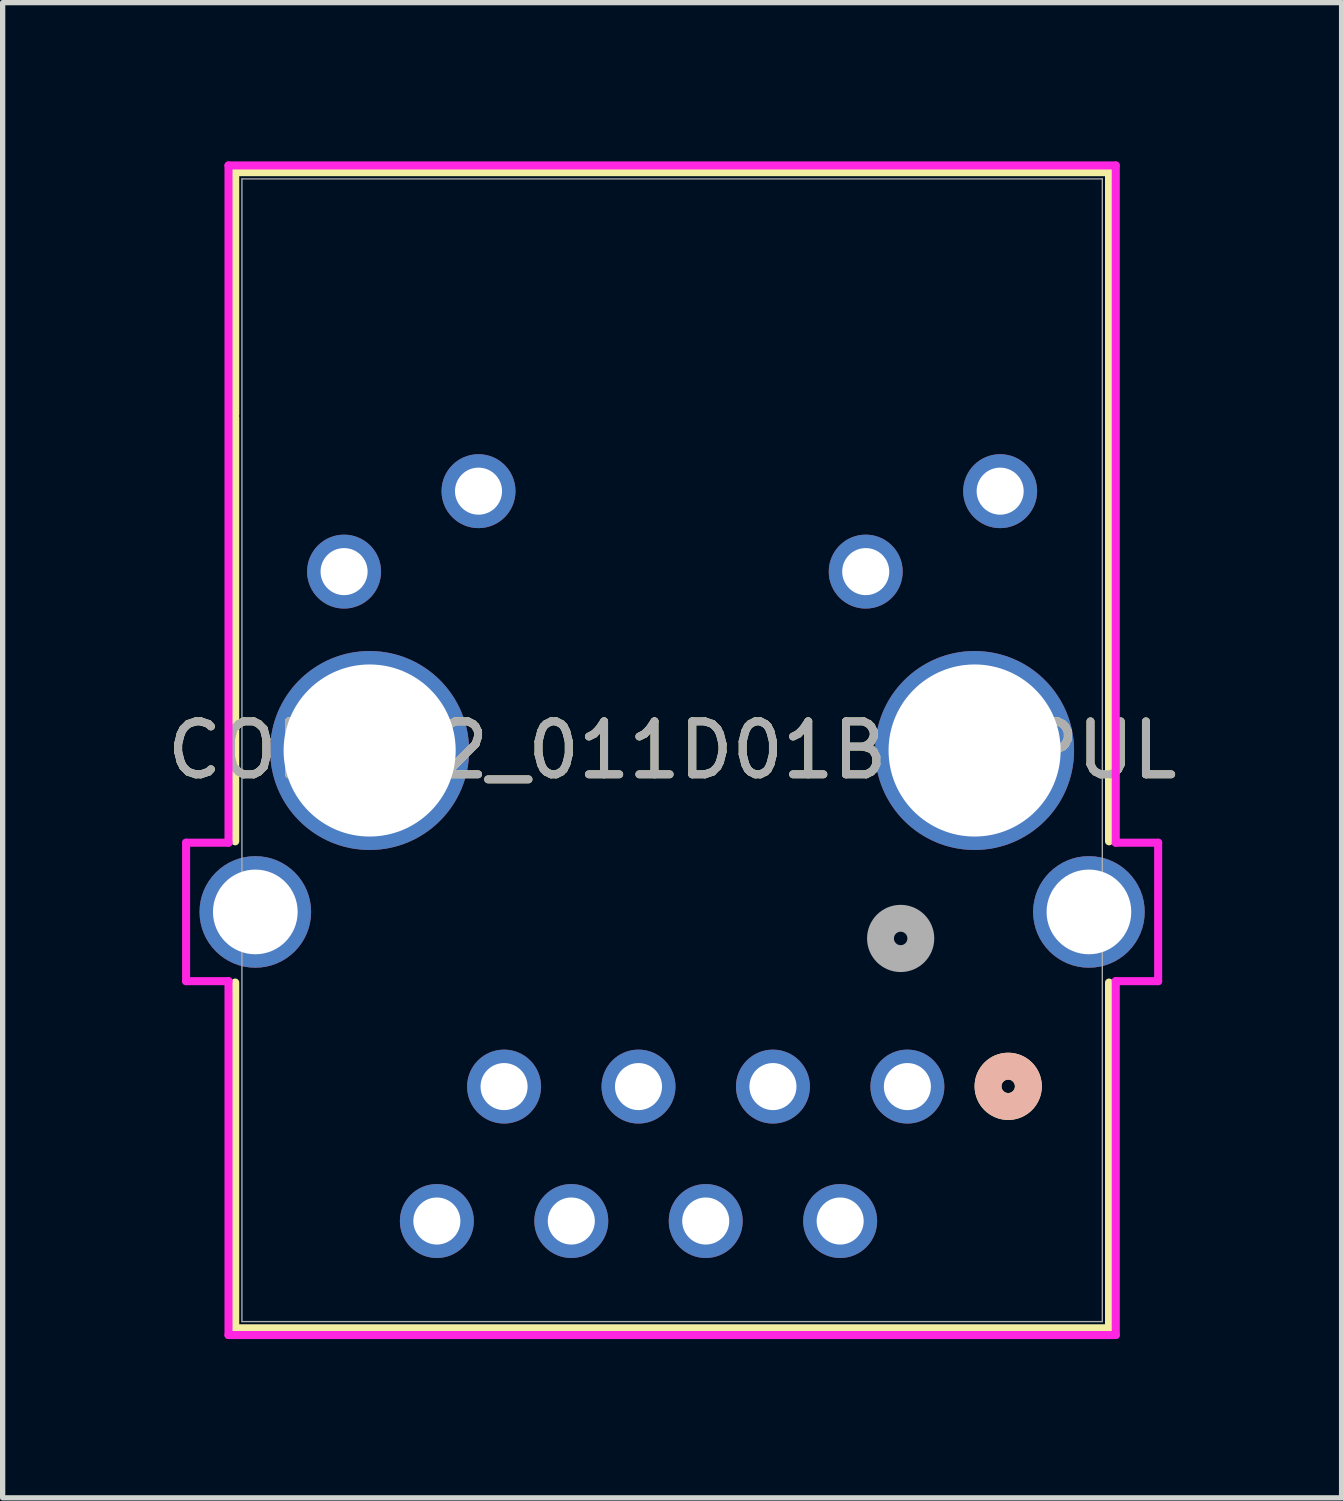
<source format=kicad_pcb>
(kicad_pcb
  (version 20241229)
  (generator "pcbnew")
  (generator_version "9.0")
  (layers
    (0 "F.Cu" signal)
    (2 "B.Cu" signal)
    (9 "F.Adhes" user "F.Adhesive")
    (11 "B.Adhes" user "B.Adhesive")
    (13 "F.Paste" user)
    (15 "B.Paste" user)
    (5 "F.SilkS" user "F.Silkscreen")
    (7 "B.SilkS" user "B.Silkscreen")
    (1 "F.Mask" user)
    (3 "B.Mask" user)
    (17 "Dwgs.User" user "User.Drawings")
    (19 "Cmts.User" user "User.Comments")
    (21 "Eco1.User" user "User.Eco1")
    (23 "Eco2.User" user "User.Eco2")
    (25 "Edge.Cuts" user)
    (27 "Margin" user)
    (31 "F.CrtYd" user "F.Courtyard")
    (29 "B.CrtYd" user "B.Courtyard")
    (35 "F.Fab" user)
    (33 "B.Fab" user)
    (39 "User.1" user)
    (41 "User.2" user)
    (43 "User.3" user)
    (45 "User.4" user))
  (footprint "CONN12_011D01BNL_PUL"
    (layer "F.Cu")
    (at 14.094 17.48)
    (property "Reference" "CONN12_011D01BNL_PUL" (at -4.445 -6.355 0) (unlocked yes) (layer "F.SilkS") (effects (font (size 1 1) (thickness 0.15))))
    (attr through_hole)
    (fp_line (start -12.7 -17.277) (end -12.7 -12.7) (stroke (width 0.152) (type solid)) (layer "F.SilkS"))
    (fp_line (start -12.7 -12.641) (end -12.7 -4.634) (stroke (width 0.152) (type solid)) (layer "F.SilkS"))
    (fp_line (start -12.7 -1.966) (end -12.7 4.567) (stroke (width 0.152) (type solid)) (layer "F.SilkS"))
    (fp_line (start -12.7 4.567) (end 3.81 4.567) (stroke (width 0.152) (type solid)) (layer "F.SilkS"))
    (fp_line (start 3.81 -17.277) (end -12.7 -17.277) (stroke (width 0.152) (type solid)) (layer "F.SilkS"))
    (fp_line (start 3.81 -12.641) (end 3.81 -17.277) (stroke (width 0.152) (type solid)) (layer "F.SilkS"))
    (fp_line (start 3.81 -4.634) (end 3.81 -12.641) (stroke (width 0.152) (type solid)) (layer "F.SilkS"))
    (fp_line (start 3.81 4.567) (end 3.81 -1.966) (stroke (width 0.152) (type solid)) (layer "F.SilkS"))
    (fp_circle (center 1.905 -0.005) (end 2.286 -0.005) (stroke (width 0.508) (type solid)) (fill no) (layer "F.SilkS"))
    (fp_circle (center 1.905 -0.005) (end 2.286 -0.005) (stroke (width 0.508) (type solid)) (fill no) (layer "B.SilkS"))
    (fp_line (start -13.628 -4.608) (end -13.628 -1.992) (stroke (width 0.152) (type solid)) (layer "F.CrtYd"))
    (fp_line (start -13.628 -1.992) (end -12.827 -1.992) (stroke (width 0.152) (type solid)) (layer "F.CrtYd"))
    (fp_line (start -12.827 -17.404) (end -12.827 -4.608) (stroke (width 0.152) (type solid)) (layer "F.CrtYd"))
    (fp_line (start -12.827 -4.608) (end -13.628 -4.608) (stroke (width 0.152) (type solid)) (layer "F.CrtYd"))
    (fp_line (start -12.827 -1.992) (end -12.827 4.694) (stroke (width 0.152) (type solid)) (layer "F.CrtYd"))
    (fp_line (start -12.827 4.694) (end 3.937 4.694) (stroke (width 0.152) (type solid)) (layer "F.CrtYd"))
    (fp_line (start 3.937 -17.404) (end -12.827 -17.404) (stroke (width 0.152) (type solid)) (layer "F.CrtYd"))
    (fp_line (start 3.937 -4.608) (end 3.937 -17.404) (stroke (width 0.152) (type solid)) (layer "F.CrtYd"))
    (fp_line (start 3.937 -1.992) (end 4.738 -1.992) (stroke (width 0.152) (type solid)) (layer "F.CrtYd"))
    (fp_line (start 3.937 4.694) (end 3.937 -1.992) (stroke (width 0.152) (type solid)) (layer "F.CrtYd"))
    (fp_line (start 4.738 -4.608) (end 3.937 -4.608) (stroke (width 0.152) (type solid)) (layer "F.CrtYd"))
    (fp_line (start 4.738 -1.992) (end 4.738 -4.608) (stroke (width 0.152) (type solid)) (layer "F.CrtYd"))
    (fp_line (start -12.573 -17.15) (end -12.573 4.44) (stroke (width 0.025) (type solid)) (layer "F.Fab"))
    (fp_line (start -12.573 4.44) (end 3.683 4.44) (stroke (width 0.025) (type solid)) (layer "F.Fab"))
    (fp_line (start 3.683 -17.15) (end -12.573 -17.15) (stroke (width 0.025) (type solid)) (layer "F.Fab"))
    (fp_line (start 3.683 4.44) (end 3.683 -17.15) (stroke (width 0.025) (type solid)) (layer "F.Fab"))
    (fp_circle (center -0.127 -2.799) (end 0.254 -2.799) (stroke (width 0.508) (type solid)) (fill no) (layer "F.Fab"))
    (fp_text user "${REFERENCE}" (at -4.445 -6.355 0) (unlocked yes) (layer "F.Fab") (effects (font (size 1 1) (thickness 0.15))))
    (pad "1" thru_hole circle (at 0 0) (size 1.397 1.397) (drill 0.889) (layers "*.Cu" "*.Mask"))
    (pad "2" thru_hole circle (at -1.27 2.54) (size 1.397 1.397) (drill 0.889) (layers "*.Cu" "*.Mask"))
    (pad "3" thru_hole circle (at -2.54 0) (size 1.397 1.397) (drill 0.889) (layers "*.Cu" "*.Mask"))
    (pad "4" thru_hole circle (at -3.81 2.54) (size 1.397 1.397) (drill 0.889) (layers "*.Cu" "*.Mask"))
    (pad "5" thru_hole circle (at -5.08 0) (size 1.397 1.397) (drill 0.889) (layers "*.Cu" "*.Mask"))
    (pad "6" thru_hole circle (at -6.35 2.54) (size 1.397 1.397) (drill 0.889) (layers "*.Cu" "*.Mask"))
    (pad "7" thru_hole circle (at -7.62 0) (size 1.397 1.397) (drill 0.889) (layers "*.Cu" "*.Mask"))
    (pad "8" thru_hole circle (at -8.89 2.54) (size 1.397 1.397) (drill 0.889) (layers "*.Cu" "*.Mask"))
    (pad "9" thru_hole circle (at 1.753 -11.25) (size 1.397 1.397) (drill 0.889) (layers "*.Cu" "*.Mask"))
    (pad "10" thru_hole circle (at -0.787 -9.73) (size 1.397 1.397) (drill 0.889) (layers "*.Cu" "*.Mask"))
    (pad "11" thru_hole circle (at -8.103 -11.25) (size 1.397 1.397) (drill 0.889) (layers "*.Cu" "*.Mask"))
    (pad "12" thru_hole circle (at -10.643 -9.73) (size 1.397 1.397) (drill 0.889) (layers "*.Cu" "*.Mask"))
    (pad "13" thru_hole circle (at -10.16 -6.35 90) (size 3.759 3.759) (drill 3.251) (layers "*.Cu" "*.Mask"))
    (pad "14" thru_hole circle (at 1.27 -6.35 90) (size 3.759 3.759) (drill 3.251) (layers "*.Cu" "*.Mask"))
    (pad "15" thru_hole circle (at -12.32 -3.3 90) (size 2.108 2.108) (drill 1.6) (layers "*.Cu" "*.Mask"))
    (pad "16" thru_hole circle (at 3.43 -3.3 90) (size 2.108 2.108) (drill 1.6) (layers "*.Cu" "*.Mask")))
  (gr_rect
    (start -3 -3)
    (end 22.298 25.25)
    (stroke (width 0.1) (type default))
    (fill no)
    (layer "Edge.Cuts")))
</source>
